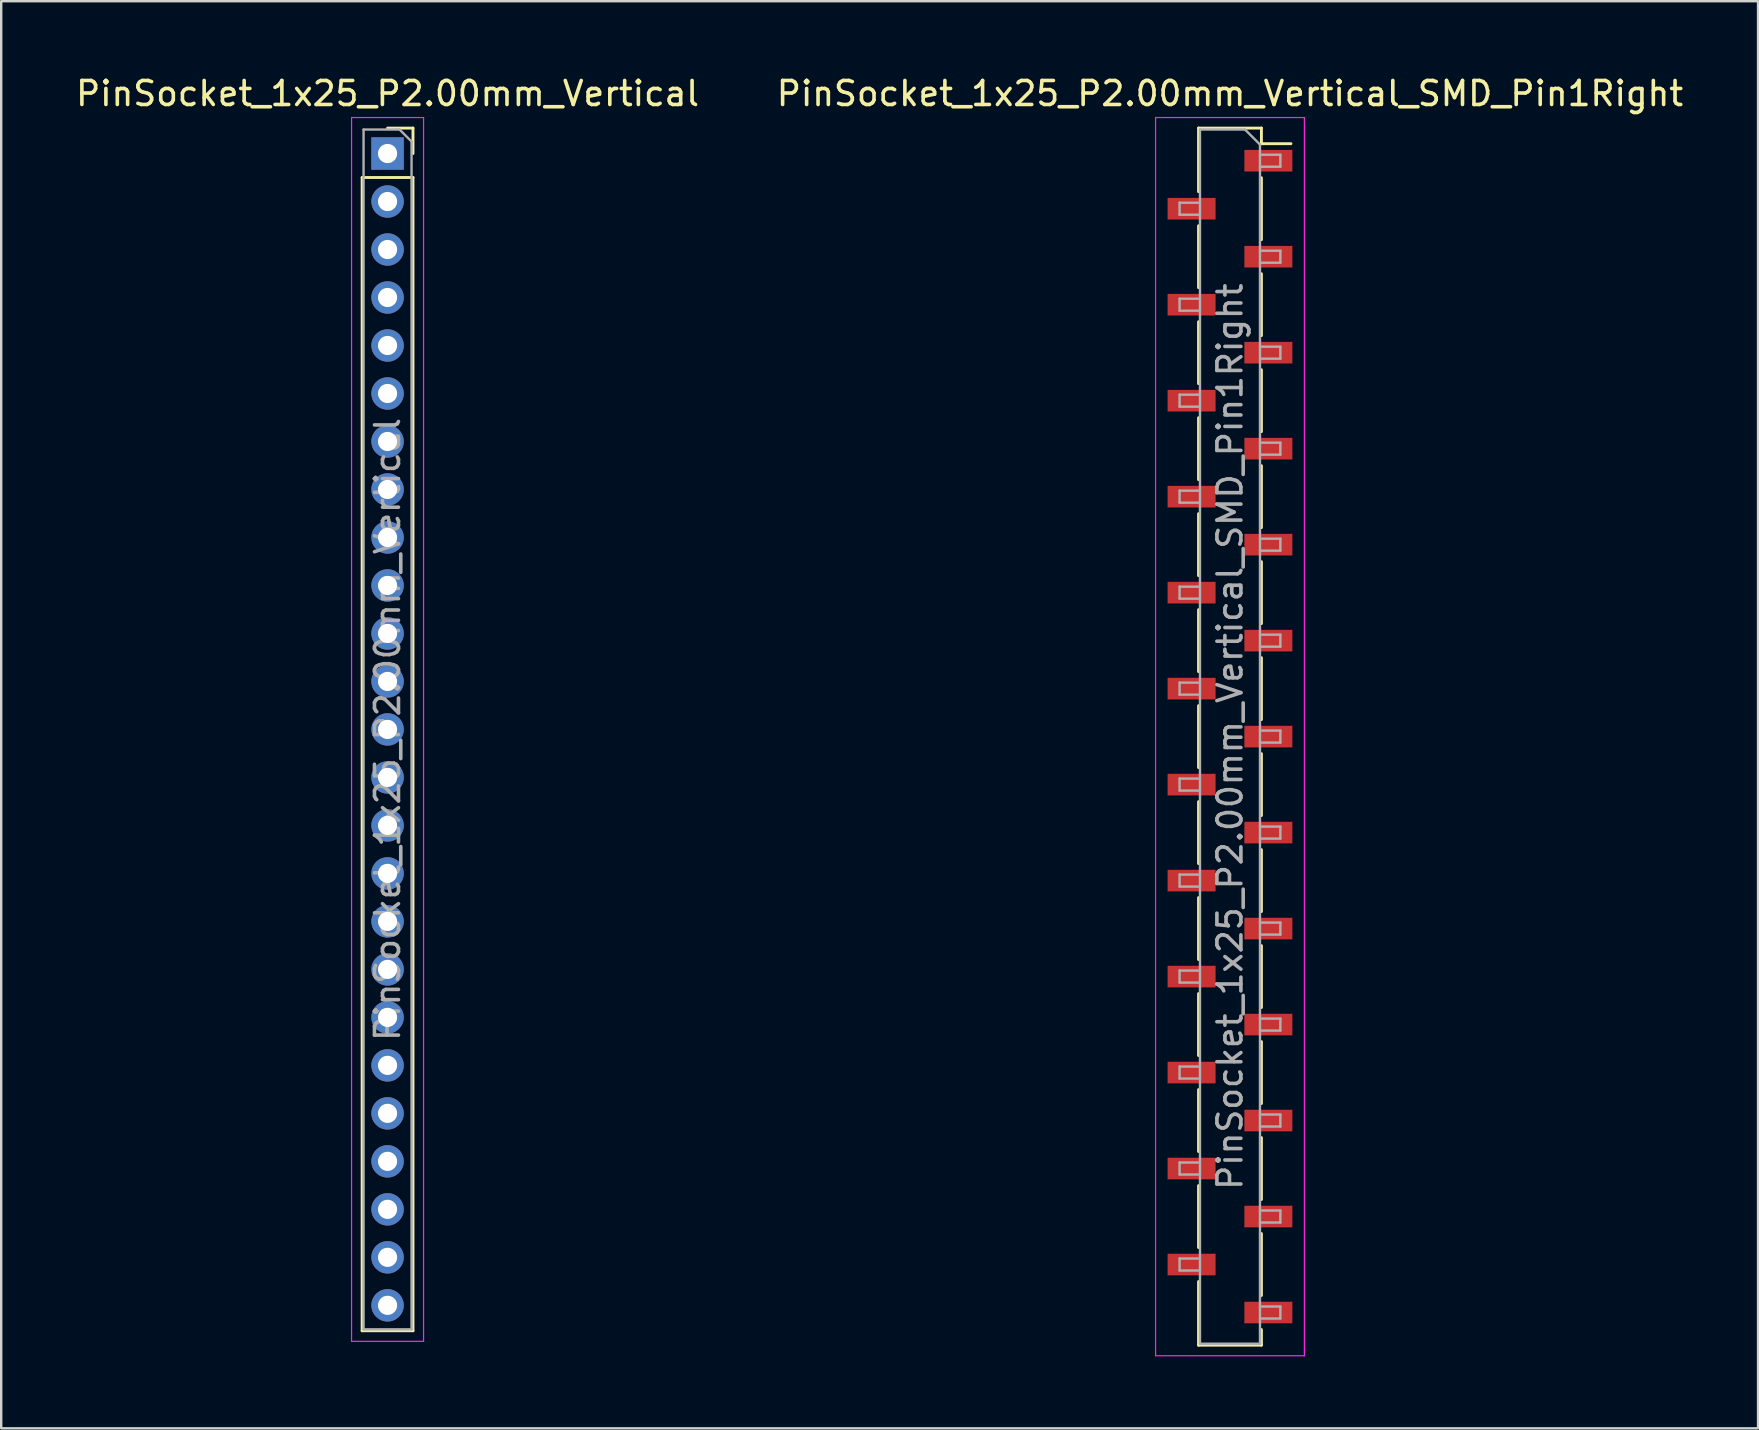
<source format=kicad_pcb>
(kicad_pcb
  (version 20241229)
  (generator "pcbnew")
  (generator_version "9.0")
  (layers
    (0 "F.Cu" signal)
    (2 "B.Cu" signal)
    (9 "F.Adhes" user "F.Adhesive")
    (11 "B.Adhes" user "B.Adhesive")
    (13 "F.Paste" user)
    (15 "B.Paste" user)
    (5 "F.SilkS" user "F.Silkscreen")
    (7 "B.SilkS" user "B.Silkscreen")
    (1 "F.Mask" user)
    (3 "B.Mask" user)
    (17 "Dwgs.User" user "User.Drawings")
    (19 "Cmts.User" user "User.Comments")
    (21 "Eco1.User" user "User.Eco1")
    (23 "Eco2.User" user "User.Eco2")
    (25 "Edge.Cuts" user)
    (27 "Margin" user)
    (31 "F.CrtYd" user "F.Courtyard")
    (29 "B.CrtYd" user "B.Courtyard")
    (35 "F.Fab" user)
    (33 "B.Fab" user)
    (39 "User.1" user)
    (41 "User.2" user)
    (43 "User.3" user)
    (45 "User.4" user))
  (footprint "PinSocket_1x25_P2.00mm_Vertical_SMD_Pin1Right"
    (layer "F.Cu")
    (at 48.208 27.648)
    (property "Reference" "PinSocket_1x25_P2.00mm_Vertical_SMD_Pin1Right" (at 0 -26.8 0) (layer "F.SilkS") (effects (font (size 1 1) (thickness 0.15))))
    (attr smd)
    (fp_line (start -1.31 -25.36) (end -1.31 -22.71) (stroke (width 0.12) (type solid)) (layer "F.SilkS"))
    (fp_line (start -1.31 -25.36) (end 1.31 -25.36) (stroke (width 0.12) (type solid)) (layer "F.SilkS"))
    (fp_line (start -1.31 -21.29) (end -1.31 -18.71) (stroke (width 0.12) (type solid)) (layer "F.SilkS"))
    (fp_line (start -1.31 -17.29) (end -1.31 -14.71) (stroke (width 0.12) (type solid)) (layer "F.SilkS"))
    (fp_line (start -1.31 -13.29) (end -1.31 -10.71) (stroke (width 0.12) (type solid)) (layer "F.SilkS"))
    (fp_line (start -1.31 -9.29) (end -1.31 -6.71) (stroke (width 0.12) (type solid)) (layer "F.SilkS"))
    (fp_line (start -1.31 -5.29) (end -1.31 -2.71) (stroke (width 0.12) (type solid)) (layer "F.SilkS"))
    (fp_line (start -1.31 -1.29) (end -1.31 1.29) (stroke (width 0.12) (type solid)) (layer "F.SilkS"))
    (fp_line (start -1.31 2.71) (end -1.31 5.29) (stroke (width 0.12) (type solid)) (layer "F.SilkS"))
    (fp_line (start -1.31 6.71) (end -1.31 9.29) (stroke (width 0.12) (type solid)) (layer "F.SilkS"))
    (fp_line (start -1.31 10.71) (end -1.31 13.29) (stroke (width 0.12) (type solid)) (layer "F.SilkS"))
    (fp_line (start -1.31 14.71) (end -1.31 17.29) (stroke (width 0.12) (type solid)) (layer "F.SilkS"))
    (fp_line (start -1.31 18.71) (end -1.31 21.29) (stroke (width 0.12) (type solid)) (layer "F.SilkS"))
    (fp_line (start -1.31 22.71) (end -1.31 25.36) (stroke (width 0.12) (type solid)) (layer "F.SilkS"))
    (fp_line (start -1.31 25.36) (end 1.31 25.36) (stroke (width 0.12) (type solid)) (layer "F.SilkS"))
    (fp_line (start 1.31 -25.36) (end 1.31 -24.71) (stroke (width 0.12) (type solid)) (layer "F.SilkS"))
    (fp_line (start 1.31 -24.71) (end 2.54 -24.71) (stroke (width 0.12) (type solid)) (layer "F.SilkS"))
    (fp_line (start 1.31 -23.29) (end 1.31 -20.71) (stroke (width 0.12) (type solid)) (layer "F.SilkS"))
    (fp_line (start 1.31 -19.29) (end 1.31 -16.71) (stroke (width 0.12) (type solid)) (layer "F.SilkS"))
    (fp_line (start 1.31 -15.29) (end 1.31 -12.71) (stroke (width 0.12) (type solid)) (layer "F.SilkS"))
    (fp_line (start 1.31 -11.29) (end 1.31 -8.71) (stroke (width 0.12) (type solid)) (layer "F.SilkS"))
    (fp_line (start 1.31 -7.29) (end 1.31 -4.71) (stroke (width 0.12) (type solid)) (layer "F.SilkS"))
    (fp_line (start 1.31 -3.29) (end 1.31 -0.71) (stroke (width 0.12) (type solid)) (layer "F.SilkS"))
    (fp_line (start 1.31 0.71) (end 1.31 3.29) (stroke (width 0.12) (type solid)) (layer "F.SilkS"))
    (fp_line (start 1.31 4.71) (end 1.31 7.29) (stroke (width 0.12) (type solid)) (layer "F.SilkS"))
    (fp_line (start 1.31 8.71) (end 1.31 11.29) (stroke (width 0.12) (type solid)) (layer "F.SilkS"))
    (fp_line (start 1.31 12.71) (end 1.31 15.29) (stroke (width 0.12) (type solid)) (layer "F.SilkS"))
    (fp_line (start 1.31 16.71) (end 1.31 19.29) (stroke (width 0.12) (type solid)) (layer "F.SilkS"))
    (fp_line (start 1.31 20.71) (end 1.31 23.29) (stroke (width 0.12) (type solid)) (layer "F.SilkS"))
    (fp_line (start 1.31 24.71) (end 1.31 25.36) (stroke (width 0.12) (type solid)) (layer "F.SilkS"))
    (fp_line (start -3.1 -25.8) (end 3.1 -25.8) (stroke (width 0.05) (type solid)) (layer "F.CrtYd"))
    (fp_line (start -3.1 25.8) (end -3.1 -25.8) (stroke (width 0.05) (type solid)) (layer "F.CrtYd"))
    (fp_line (start 3.1 -25.8) (end 3.1 25.8) (stroke (width 0.05) (type solid)) (layer "F.CrtYd"))
    (fp_line (start 3.1 25.8) (end -3.1 25.8) (stroke (width 0.05) (type solid)) (layer "F.CrtYd"))
    (fp_line (start -2.1 -22.25) (end -1.25 -22.25) (stroke (width 0.1) (type solid)) (layer "F.Fab"))
    (fp_line (start -2.1 -21.75) (end -2.1 -22.25) (stroke (width 0.1) (type solid)) (layer "F.Fab"))
    (fp_line (start -2.1 -18.25) (end -1.25 -18.25) (stroke (width 0.1) (type solid)) (layer "F.Fab"))
    (fp_line (start -2.1 -17.75) (end -2.1 -18.25) (stroke (width 0.1) (type solid)) (layer "F.Fab"))
    (fp_line (start -2.1 -14.25) (end -1.25 -14.25) (stroke (width 0.1) (type solid)) (layer "F.Fab"))
    (fp_line (start -2.1 -13.75) (end -2.1 -14.25) (stroke (width 0.1) (type solid)) (layer "F.Fab"))
    (fp_line (start -2.1 -10.25) (end -1.25 -10.25) (stroke (width 0.1) (type solid)) (layer "F.Fab"))
    (fp_line (start -2.1 -9.75) (end -2.1 -10.25) (stroke (width 0.1) (type solid)) (layer "F.Fab"))
    (fp_line (start -2.1 -6.25) (end -1.25 -6.25) (stroke (width 0.1) (type solid)) (layer "F.Fab"))
    (fp_line (start -2.1 -5.75) (end -2.1 -6.25) (stroke (width 0.1) (type solid)) (layer "F.Fab"))
    (fp_line (start -2.1 -2.25) (end -1.25 -2.25) (stroke (width 0.1) (type solid)) (layer "F.Fab"))
    (fp_line (start -2.1 -1.75) (end -2.1 -2.25) (stroke (width 0.1) (type solid)) (layer "F.Fab"))
    (fp_line (start -2.1 1.75) (end -1.25 1.75) (stroke (width 0.1) (type solid)) (layer "F.Fab"))
    (fp_line (start -2.1 2.25) (end -2.1 1.75) (stroke (width 0.1) (type solid)) (layer "F.Fab"))
    (fp_line (start -2.1 5.75) (end -1.25 5.75) (stroke (width 0.1) (type solid)) (layer "F.Fab"))
    (fp_line (start -2.1 6.25) (end -2.1 5.75) (stroke (width 0.1) (type solid)) (layer "F.Fab"))
    (fp_line (start -2.1 9.75) (end -1.25 9.75) (stroke (width 0.1) (type solid)) (layer "F.Fab"))
    (fp_line (start -2.1 10.25) (end -2.1 9.75) (stroke (width 0.1) (type solid)) (layer "F.Fab"))
    (fp_line (start -2.1 13.75) (end -1.25 13.75) (stroke (width 0.1) (type solid)) (layer "F.Fab"))
    (fp_line (start -2.1 14.25) (end -2.1 13.75) (stroke (width 0.1) (type solid)) (layer "F.Fab"))
    (fp_line (start -2.1 17.75) (end -1.25 17.75) (stroke (width 0.1) (type solid)) (layer "F.Fab"))
    (fp_line (start -2.1 18.25) (end -2.1 17.75) (stroke (width 0.1) (type solid)) (layer "F.Fab"))
    (fp_line (start -2.1 21.75) (end -1.25 21.75) (stroke (width 0.1) (type solid)) (layer "F.Fab"))
    (fp_line (start -2.1 22.25) (end -2.1 21.75) (stroke (width 0.1) (type solid)) (layer "F.Fab"))
    (fp_line (start -1.25 -25.3) (end 0.625 -25.3) (stroke (width 0.1) (type solid)) (layer "F.Fab"))
    (fp_line (start -1.25 -21.75) (end -2.1 -21.75) (stroke (width 0.1) (type solid)) (layer "F.Fab"))
    (fp_line (start -1.25 -17.75) (end -2.1 -17.75) (stroke (width 0.1) (type solid)) (layer "F.Fab"))
    (fp_line (start -1.25 -13.75) (end -2.1 -13.75) (stroke (width 0.1) (type solid)) (layer "F.Fab"))
    (fp_line (start -1.25 -9.75) (end -2.1 -9.75) (stroke (width 0.1) (type solid)) (layer "F.Fab"))
    (fp_line (start -1.25 -5.75) (end -2.1 -5.75) (stroke (width 0.1) (type solid)) (layer "F.Fab"))
    (fp_line (start -1.25 -1.75) (end -2.1 -1.75) (stroke (width 0.1) (type solid)) (layer "F.Fab"))
    (fp_line (start -1.25 2.25) (end -2.1 2.25) (stroke (width 0.1) (type solid)) (layer "F.Fab"))
    (fp_line (start -1.25 6.25) (end -2.1 6.25) (stroke (width 0.1) (type solid)) (layer "F.Fab"))
    (fp_line (start -1.25 10.25) (end -2.1 10.25) (stroke (width 0.1) (type solid)) (layer "F.Fab"))
    (fp_line (start -1.25 14.25) (end -2.1 14.25) (stroke (width 0.1) (type solid)) (layer "F.Fab"))
    (fp_line (start -1.25 18.25) (end -2.1 18.25) (stroke (width 0.1) (type solid)) (layer "F.Fab"))
    (fp_line (start -1.25 22.25) (end -2.1 22.25) (stroke (width 0.1) (type solid)) (layer "F.Fab"))
    (fp_line (start -1.25 25.3) (end -1.25 -25.3) (stroke (width 0.1) (type solid)) (layer "F.Fab"))
    (fp_line (start 0.625 -25.3) (end 1.25 -24.675) (stroke (width 0.1) (type solid)) (layer "F.Fab"))
    (fp_line (start 1.25 -24.675) (end 1.25 25.3) (stroke (width 0.1) (type solid)) (layer "F.Fab"))
    (fp_line (start 1.25 -24.25) (end 2.1 -24.25) (stroke (width 0.1) (type solid)) (layer "F.Fab"))
    (fp_line (start 1.25 -20.25) (end 2.1 -20.25) (stroke (width 0.1) (type solid)) (layer "F.Fab"))
    (fp_line (start 1.25 -16.25) (end 2.1 -16.25) (stroke (width 0.1) (type solid)) (layer "F.Fab"))
    (fp_line (start 1.25 -12.25) (end 2.1 -12.25) (stroke (width 0.1) (type solid)) (layer "F.Fab"))
    (fp_line (start 1.25 -8.25) (end 2.1 -8.25) (stroke (width 0.1) (type solid)) (layer "F.Fab"))
    (fp_line (start 1.25 -4.25) (end 2.1 -4.25) (stroke (width 0.1) (type solid)) (layer "F.Fab"))
    (fp_line (start 1.25 -0.25) (end 2.1 -0.25) (stroke (width 0.1) (type solid)) (layer "F.Fab"))
    (fp_line (start 1.25 3.75) (end 2.1 3.75) (stroke (width 0.1) (type solid)) (layer "F.Fab"))
    (fp_line (start 1.25 7.75) (end 2.1 7.75) (stroke (width 0.1) (type solid)) (layer "F.Fab"))
    (fp_line (start 1.25 11.75) (end 2.1 11.75) (stroke (width 0.1) (type solid)) (layer "F.Fab"))
    (fp_line (start 1.25 15.75) (end 2.1 15.75) (stroke (width 0.1) (type solid)) (layer "F.Fab"))
    (fp_line (start 1.25 19.75) (end 2.1 19.75) (stroke (width 0.1) (type solid)) (layer "F.Fab"))
    (fp_line (start 1.25 23.75) (end 2.1 23.75) (stroke (width 0.1) (type solid)) (layer "F.Fab"))
    (fp_line (start 1.25 25.3) (end -1.25 25.3) (stroke (width 0.1) (type solid)) (layer "F.Fab"))
    (fp_line (start 2.1 -24.25) (end 2.1 -23.75) (stroke (width 0.1) (type solid)) (layer "F.Fab"))
    (fp_line (start 2.1 -23.75) (end 1.25 -23.75) (stroke (width 0.1) (type solid)) (layer "F.Fab"))
    (fp_line (start 2.1 -20.25) (end 2.1 -19.75) (stroke (width 0.1) (type solid)) (layer "F.Fab"))
    (fp_line (start 2.1 -19.75) (end 1.25 -19.75) (stroke (width 0.1) (type solid)) (layer "F.Fab"))
    (fp_line (start 2.1 -16.25) (end 2.1 -15.75) (stroke (width 0.1) (type solid)) (layer "F.Fab"))
    (fp_line (start 2.1 -15.75) (end 1.25 -15.75) (stroke (width 0.1) (type solid)) (layer "F.Fab"))
    (fp_line (start 2.1 -12.25) (end 2.1 -11.75) (stroke (width 0.1) (type solid)) (layer "F.Fab"))
    (fp_line (start 2.1 -11.75) (end 1.25 -11.75) (stroke (width 0.1) (type solid)) (layer "F.Fab"))
    (fp_line (start 2.1 -8.25) (end 2.1 -7.75) (stroke (width 0.1) (type solid)) (layer "F.Fab"))
    (fp_line (start 2.1 -7.75) (end 1.25 -7.75) (stroke (width 0.1) (type solid)) (layer "F.Fab"))
    (fp_line (start 2.1 -4.25) (end 2.1 -3.75) (stroke (width 0.1) (type solid)) (layer "F.Fab"))
    (fp_line (start 2.1 -3.75) (end 1.25 -3.75) (stroke (width 0.1) (type solid)) (layer "F.Fab"))
    (fp_line (start 2.1 -0.25) (end 2.1 0.25) (stroke (width 0.1) (type solid)) (layer "F.Fab"))
    (fp_line (start 2.1 0.25) (end 1.25 0.25) (stroke (width 0.1) (type solid)) (layer "F.Fab"))
    (fp_line (start 2.1 3.75) (end 2.1 4.25) (stroke (width 0.1) (type solid)) (layer "F.Fab"))
    (fp_line (start 2.1 4.25) (end 1.25 4.25) (stroke (width 0.1) (type solid)) (layer "F.Fab"))
    (fp_line (start 2.1 7.75) (end 2.1 8.25) (stroke (width 0.1) (type solid)) (layer "F.Fab"))
    (fp_line (start 2.1 8.25) (end 1.25 8.25) (stroke (width 0.1) (type solid)) (layer "F.Fab"))
    (fp_line (start 2.1 11.75) (end 2.1 12.25) (stroke (width 0.1) (type solid)) (layer "F.Fab"))
    (fp_line (start 2.1 12.25) (end 1.25 12.25) (stroke (width 0.1) (type solid)) (layer "F.Fab"))
    (fp_line (start 2.1 15.75) (end 2.1 16.25) (stroke (width 0.1) (type solid)) (layer "F.Fab"))
    (fp_line (start 2.1 16.25) (end 1.25 16.25) (stroke (width 0.1) (type solid)) (layer "F.Fab"))
    (fp_line (start 2.1 19.75) (end 2.1 20.25) (stroke (width 0.1) (type solid)) (layer "F.Fab"))
    (fp_line (start 2.1 20.25) (end 1.25 20.25) (stroke (width 0.1) (type solid)) (layer "F.Fab"))
    (fp_line (start 2.1 23.75) (end 2.1 24.25) (stroke (width 0.1) (type solid)) (layer "F.Fab"))
    (fp_line (start 2.1 24.25) (end 1.25 24.25) (stroke (width 0.1) (type solid)) (layer "F.Fab"))
    (fp_text user "${REFERENCE}" (at 0 0 90) (layer "F.Fab") (effects (font (size 1 1) (thickness 0.15))))
    (pad "1" smd rect (at 1.6 -24) (size 2 0.9) (layers "F.Cu" "F.Mask" "F.Paste"))
    (pad "2" smd rect (at -1.6 -22) (size 2 0.9) (layers "F.Cu" "F.Mask" "F.Paste"))
    (pad "3" smd rect (at 1.6 -20) (size 2 0.9) (layers "F.Cu" "F.Mask" "F.Paste"))
    (pad "4" smd rect (at -1.6 -18) (size 2 0.9) (layers "F.Cu" "F.Mask" "F.Paste"))
    (pad "5" smd rect (at 1.6 -16) (size 2 0.9) (layers "F.Cu" "F.Mask" "F.Paste"))
    (pad "6" smd rect (at -1.6 -14) (size 2 0.9) (layers "F.Cu" "F.Mask" "F.Paste"))
    (pad "7" smd rect (at 1.6 -12) (size 2 0.9) (layers "F.Cu" "F.Mask" "F.Paste"))
    (pad "8" smd rect (at -1.6 -10) (size 2 0.9) (layers "F.Cu" "F.Mask" "F.Paste"))
    (pad "9" smd rect (at 1.6 -8) (size 2 0.9) (layers "F.Cu" "F.Mask" "F.Paste"))
    (pad "10" smd rect (at -1.6 -6) (size 2 0.9) (layers "F.Cu" "F.Mask" "F.Paste"))
    (pad "11" smd rect (at 1.6 -4) (size 2 0.9) (layers "F.Cu" "F.Mask" "F.Paste"))
    (pad "12" smd rect (at -1.6 -2) (size 2 0.9) (layers "F.Cu" "F.Mask" "F.Paste"))
    (pad "13" smd rect (at 1.6 0) (size 2 0.9) (layers "F.Cu" "F.Mask" "F.Paste"))
    (pad "14" smd rect (at -1.6 2) (size 2 0.9) (layers "F.Cu" "F.Mask" "F.Paste"))
    (pad "15" smd rect (at 1.6 4) (size 2 0.9) (layers "F.Cu" "F.Mask" "F.Paste"))
    (pad "16" smd rect (at -1.6 6) (size 2 0.9) (layers "F.Cu" "F.Mask" "F.Paste"))
    (pad "17" smd rect (at 1.6 8) (size 2 0.9) (layers "F.Cu" "F.Mask" "F.Paste"))
    (pad "18" smd rect (at -1.6 10) (size 2 0.9) (layers "F.Cu" "F.Mask" "F.Paste"))
    (pad "19" smd rect (at 1.6 12) (size 2 0.9) (layers "F.Cu" "F.Mask" "F.Paste"))
    (pad "20" smd rect (at -1.6 14) (size 2 0.9) (layers "F.Cu" "F.Mask" "F.Paste"))
    (pad "21" smd rect (at 1.6 16) (size 2 0.9) (layers "F.Cu" "F.Mask" "F.Paste"))
    (pad "22" smd rect (at -1.6 18) (size 2 0.9) (layers "F.Cu" "F.Mask" "F.Paste"))
    (pad "23" smd rect (at 1.6 20) (size 2 0.9) (layers "F.Cu" "F.Mask" "F.Paste"))
    (pad "24" smd rect (at -1.6 22) (size 2 0.9) (layers "F.Cu" "F.Mask" "F.Paste"))
    (pad "25" smd rect (at 1.6 24) (size 2 0.9) (layers "F.Cu" "F.Mask" "F.Paste")))
  (footprint "PinSocket_1x25_P2.00mm_Vertical"
    (layer "F.Cu")
    (at 13.101 3.348)
    (property "Reference" "PinSocket_1x25_P2.00mm_Vertical" (at 0 -2.5 0) (layer "F.SilkS") (effects (font (size 1 1) (thickness 0.15))))
    (attr through_hole)
    (fp_line (start -1.06 1) (end -1.06 49.06) (stroke (width 0.12) (type solid)) (layer "F.SilkS"))
    (fp_line (start -1.06 1) (end 1.06 1) (stroke (width 0.12) (type solid)) (layer "F.SilkS"))
    (fp_line (start -1.06 49.06) (end 1.06 49.06) (stroke (width 0.12) (type solid)) (layer "F.SilkS"))
    (fp_line (start 0 -1.06) (end 1.06 -1.06) (stroke (width 0.12) (type solid)) (layer "F.SilkS"))
    (fp_line (start 1.06 -1.06) (end 1.06 0) (stroke (width 0.12) (type solid)) (layer "F.SilkS"))
    (fp_line (start 1.06 1) (end 1.06 49.06) (stroke (width 0.12) (type solid)) (layer "F.SilkS"))
    (fp_line (start -1.5 -1.5) (end 1.5 -1.5) (stroke (width 0.05) (type solid)) (layer "F.CrtYd"))
    (fp_line (start -1.5 49.5) (end -1.5 -1.5) (stroke (width 0.05) (type solid)) (layer "F.CrtYd"))
    (fp_line (start 1.5 -1.5) (end 1.5 49.5) (stroke (width 0.05) (type solid)) (layer "F.CrtYd"))
    (fp_line (start 1.5 49.5) (end -1.5 49.5) (stroke (width 0.05) (type solid)) (layer "F.CrtYd"))
    (fp_line (start -1 -1) (end 0.5 -1) (stroke (width 0.1) (type solid)) (layer "F.Fab"))
    (fp_line (start -1 49) (end -1 -1) (stroke (width 0.1) (type solid)) (layer "F.Fab"))
    (fp_line (start 0.5 -1) (end 1 -0.5) (stroke (width 0.1) (type solid)) (layer "F.Fab"))
    (fp_line (start 1 -0.5) (end 1 49) (stroke (width 0.1) (type solid)) (layer "F.Fab"))
    (fp_line (start 1 49) (end -1 49) (stroke (width 0.1) (type solid)) (layer "F.Fab"))
    (fp_text user "${REFERENCE}" (at 0 24 90) (layer "F.Fab") (effects (font (size 1 1) (thickness 0.15))))
    (pad "1" thru_hole rect (at 0 0) (size 1.35 1.35) (drill 0.8) (layers "*.Cu" "*.Mask"))
    (pad "2" thru_hole oval (at 0 2) (size 1.35 1.35) (drill 0.8) (layers "*.Cu" "*.Mask"))
    (pad "3" thru_hole oval (at 0 4) (size 1.35 1.35) (drill 0.8) (layers "*.Cu" "*.Mask"))
    (pad "4" thru_hole oval (at 0 6) (size 1.35 1.35) (drill 0.8) (layers "*.Cu" "*.Mask"))
    (pad "5" thru_hole oval (at 0 8) (size 1.35 1.35) (drill 0.8) (layers "*.Cu" "*.Mask"))
    (pad "6" thru_hole oval (at 0 10) (size 1.35 1.35) (drill 0.8) (layers "*.Cu" "*.Mask"))
    (pad "7" thru_hole oval (at 0 12) (size 1.35 1.35) (drill 0.8) (layers "*.Cu" "*.Mask"))
    (pad "8" thru_hole oval (at 0 14) (size 1.35 1.35) (drill 0.8) (layers "*.Cu" "*.Mask"))
    (pad "9" thru_hole oval (at 0 16) (size 1.35 1.35) (drill 0.8) (layers "*.Cu" "*.Mask"))
    (pad "10" thru_hole oval (at 0 18) (size 1.35 1.35) (drill 0.8) (layers "*.Cu" "*.Mask"))
    (pad "11" thru_hole oval (at 0 20) (size 1.35 1.35) (drill 0.8) (layers "*.Cu" "*.Mask"))
    (pad "12" thru_hole oval (at 0 22) (size 1.35 1.35) (drill 0.8) (layers "*.Cu" "*.Mask"))
    (pad "13" thru_hole oval (at 0 24) (size 1.35 1.35) (drill 0.8) (layers "*.Cu" "*.Mask"))
    (pad "14" thru_hole oval (at 0 26) (size 1.35 1.35) (drill 0.8) (layers "*.Cu" "*.Mask"))
    (pad "15" thru_hole oval (at 0 28) (size 1.35 1.35) (drill 0.8) (layers "*.Cu" "*.Mask"))
    (pad "16" thru_hole oval (at 0 30) (size 1.35 1.35) (drill 0.8) (layers "*.Cu" "*.Mask"))
    (pad "17" thru_hole oval (at 0 32) (size 1.35 1.35) (drill 0.8) (layers "*.Cu" "*.Mask"))
    (pad "18" thru_hole oval (at 0 34) (size 1.35 1.35) (drill 0.8) (layers "*.Cu" "*.Mask"))
    (pad "19" thru_hole oval (at 0 36) (size 1.35 1.35) (drill 0.8) (layers "*.Cu" "*.Mask"))
    (pad "20" thru_hole oval (at 0 38) (size 1.35 1.35) (drill 0.8) (layers "*.Cu" "*.Mask"))
    (pad "21" thru_hole oval (at 0 40) (size 1.35 1.35) (drill 0.8) (layers "*.Cu" "*.Mask"))
    (pad "22" thru_hole oval (at 0 42) (size 1.35 1.35) (drill 0.8) (layers "*.Cu" "*.Mask"))
    (pad "23" thru_hole oval (at 0 44) (size 1.35 1.35) (drill 0.8) (layers "*.Cu" "*.Mask"))
    (pad "24" thru_hole oval (at 0 46) (size 1.35 1.35) (drill 0.8) (layers "*.Cu" "*.Mask"))
    (pad "25" thru_hole oval (at 0 48) (size 1.35 1.35) (drill 0.8) (layers "*.Cu" "*.Mask")))
  (gr_rect
    (start -3 -3)
    (end 70.214 56.473)
    (stroke (width 0.1) (type default))
    (fill no)
    (layer "Edge.Cuts")))
</source>
